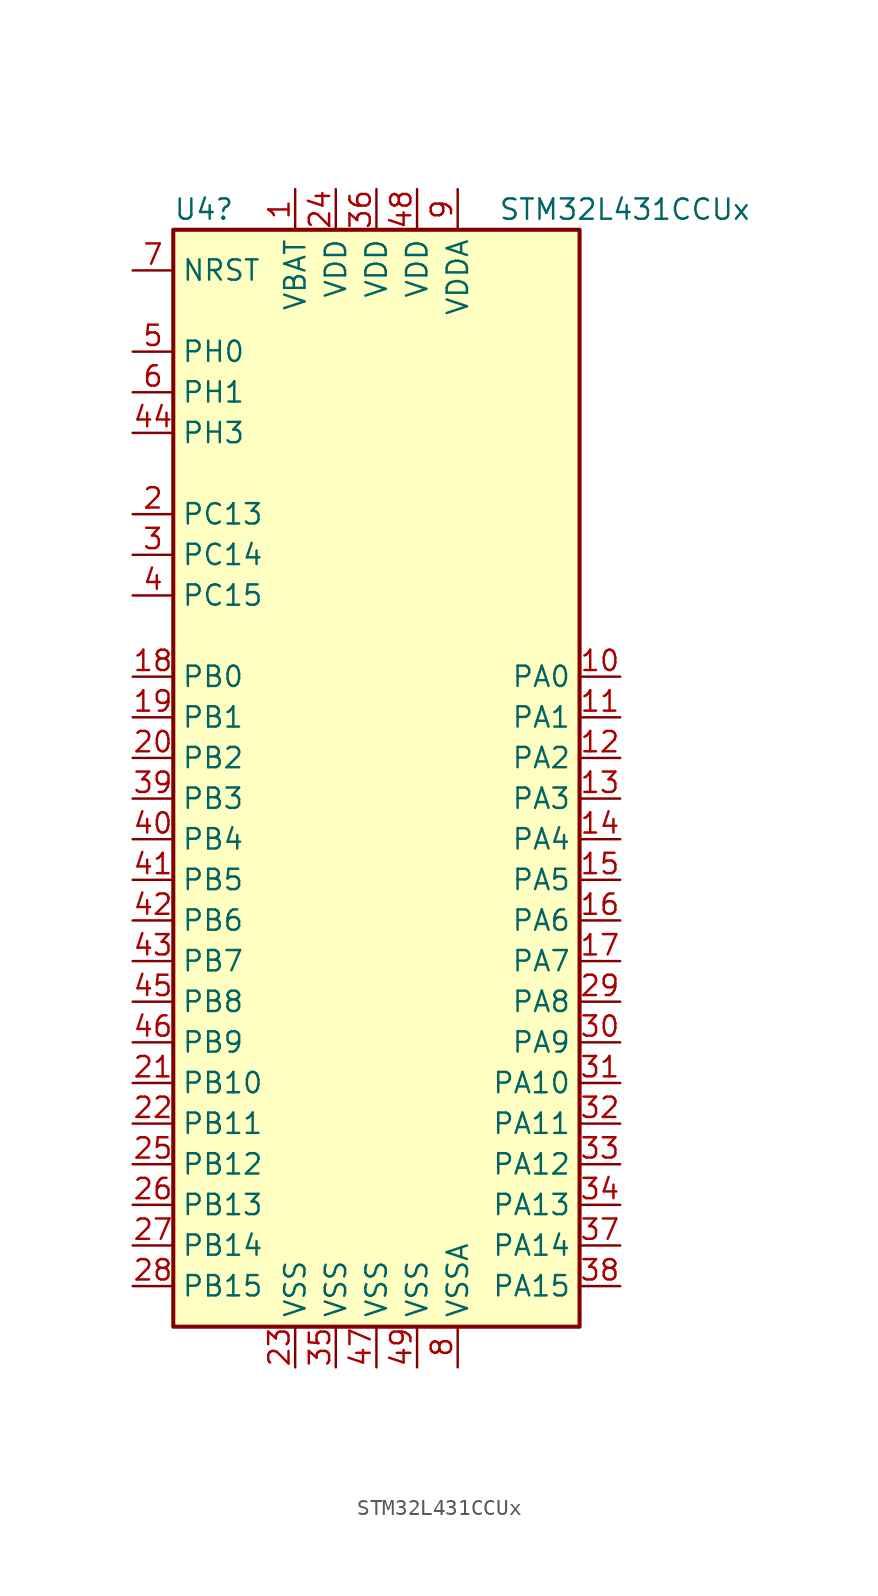
<source format=kicad_sym>
(kicad_symbol_lib
  (version 20220914)
  (generator kicad_symbol_editor)
  (symbol "STM32L431CCUx"
    (property "Reference" "U4"
      (at -12.7 34.29 0)
      (effects (font (size 1.27 1.27)) (justify left)))
    (property "Value" "STM32L431CCUx"
      (at 7.62 34.29 0)
      (effects (font (size 1.27 1.27)) (justify left)))
    (symbol "STM32L431CCUx_0_1"
      (rectangle (start -12.7 -35.56) (end 12.7 33.02) (stroke (width 0.254) (type default)) (fill (type background))))
    (symbol "STM32L431CCUx_1_1"
      (pin power_in line (at -5.08 35.56 270) (length 2.54) (name "VBAT" (effects (font (size 1.27 1.27)))) (number "1" (effects (font (size 1.27 1.27)))))
      (pin bidirectional line (at 15.24 5.08 180) (length 2.54) (name "PA0" (effects (font (size 1.27 1.27)))) (number "10" (effects (font (size 1.27 1.27)))))
      (pin bidirectional line (at 15.24 2.54 180) (length 2.54) (name "PA1" (effects (font (size 1.27 1.27)))) (number "11" (effects (font (size 1.27 1.27)))))
      (pin bidirectional line (at 15.24 0 180) (length 2.54) (name "PA2" (effects (font (size 1.27 1.27)))) (number "12" (effects (font (size 1.27 1.27)))))
      (pin bidirectional line (at 15.24 -2.54 180) (length 2.54) (name "PA3" (effects (font (size 1.27 1.27)))) (number "13" (effects (font (size 1.27 1.27)))))
      (pin bidirectional line (at 15.24 -5.08 180) (length 2.54) (name "PA4" (effects (font (size 1.27 1.27)))) (number "14" (effects (font (size 1.27 1.27)))))
      (pin bidirectional line (at 15.24 -7.62 180) (length 2.54) (name "PA5" (effects (font (size 1.27 1.27)))) (number "15" (effects (font (size 1.27 1.27)))))
      (pin bidirectional line (at 15.24 -10.16 180) (length 2.54) (name "PA6" (effects (font (size 1.27 1.27)))) (number "16" (effects (font (size 1.27 1.27)))))
      (pin bidirectional line (at 15.24 -12.7 180) (length 2.54) (name "PA7" (effects (font (size 1.27 1.27)))) (number "17" (effects (font (size 1.27 1.27)))))
      (pin bidirectional line (at -15.24 5.08 0) (length 2.54) (name "PB0" (effects (font (size 1.27 1.27)))) (number "18" (effects (font (size 1.27 1.27)))))
      (pin bidirectional line (at -15.24 2.54 0) (length 2.54) (name "PB1" (effects (font (size 1.27 1.27)))) (number "19" (effects (font (size 1.27 1.27)))))
      (pin bidirectional line (at -15.24 15.24 0) (length 2.54) (name "PC13" (effects (font (size 1.27 1.27)))) (number "2" (effects (font (size 1.27 1.27)))))
      (pin bidirectional line (at -15.24 0 0) (length 2.54) (name "PB2" (effects (font (size 1.27 1.27)))) (number "20" (effects (font (size 1.27 1.27)))))
      (pin bidirectional line (at -15.24 -20.32 0) (length 2.54) (name "PB10" (effects (font (size 1.27 1.27)))) (number "21" (effects (font (size 1.27 1.27)))))
      (pin bidirectional line (at -15.24 -22.86 0) (length 2.54) (name "PB11" (effects (font (size 1.27 1.27)))) (number "22" (effects (font (size 1.27 1.27)))))
      (pin power_in line (at -5.08 -38.1 90) (length 2.54) (name "VSS" (effects (font (size 1.27 1.27)))) (number "23" (effects (font (size 1.27 1.27)))))
      (pin power_in line (at -2.54 35.56 270) (length 2.54) (name "VDD" (effects (font (size 1.27 1.27)))) (number "24" (effects (font (size 1.27 1.27)))))
      (pin bidirectional line (at -15.24 -25.4 0) (length 2.54) (name "PB12" (effects (font (size 1.27 1.27)))) (number "25" (effects (font (size 1.27 1.27)))))
      (pin bidirectional line (at -15.24 -27.94 0) (length 2.54) (name "PB13" (effects (font (size 1.27 1.27)))) (number "26" (effects (font (size 1.27 1.27)))))
      (pin bidirectional line (at -15.24 -30.48 0) (length 2.54) (name "PB14" (effects (font (size 1.27 1.27)))) (number "27" (effects (font (size 1.27 1.27)))))
      (pin bidirectional line (at -15.24 -33.02 0) (length 2.54) (name "PB15" (effects (font (size 1.27 1.27)))) (number "28" (effects (font (size 1.27 1.27)))))
      (pin bidirectional line (at 15.24 -15.24 180) (length 2.54) (name "PA8" (effects (font (size 1.27 1.27)))) (number "29" (effects (font (size 1.27 1.27)))))
      (pin bidirectional line (at -15.24 12.7 0) (length 2.54) (name "PC14" (effects (font (size 1.27 1.27)))) (number "3" (effects (font (size 1.27 1.27)))))
      (pin bidirectional line (at 15.24 -17.78 180) (length 2.54) (name "PA9" (effects (font (size 1.27 1.27)))) (number "30" (effects (font (size 1.27 1.27)))))
      (pin bidirectional line (at 15.24 -20.32 180) (length 2.54) (name "PA10" (effects (font (size 1.27 1.27)))) (number "31" (effects (font (size 1.27 1.27)))))
      (pin bidirectional line (at 15.24 -22.86 180) (length 2.54) (name "PA11" (effects (font (size 1.27 1.27)))) (number "32" (effects (font (size 1.27 1.27)))))
      (pin bidirectional line (at 15.24 -25.4 180) (length 2.54) (name "PA12" (effects (font (size 1.27 1.27)))) (number "33" (effects (font (size 1.27 1.27)))))
      (pin bidirectional line (at 15.24 -27.94 180) (length 2.54) (name "PA13" (effects (font (size 1.27 1.27)))) (number "34" (effects (font (size 1.27 1.27)))))
      (pin power_in line (at -2.54 -38.1 90) (length 2.54) (name "VSS" (effects (font (size 1.27 1.27)))) (number "35" (effects (font (size 1.27 1.27)))))
      (pin power_in line (at 0 35.56 270) (length 2.54) (name "VDD" (effects (font (size 1.27 1.27)))) (number "36" (effects (font (size 1.27 1.27)))))
      (pin bidirectional line (at 15.24 -30.48 180) (length 2.54) (name "PA14" (effects (font (size 1.27 1.27)))) (number "37" (effects (font (size 1.27 1.27)))))
      (pin bidirectional line (at 15.24 -33.02 180) (length 2.54) (name "PA15" (effects (font (size 1.27 1.27)))) (number "38" (effects (font (size 1.27 1.27)))))
      (pin bidirectional line (at -15.24 -2.54 0) (length 2.54) (name "PB3" (effects (font (size 1.27 1.27)))) (number "39" (effects (font (size 1.27 1.27)))))
      (pin bidirectional line (at -15.24 10.16 0) (length 2.54) (name "PC15" (effects (font (size 1.27 1.27)))) (number "4" (effects (font (size 1.27 1.27)))))
      (pin bidirectional line (at -15.24 -5.08 0) (length 2.54) (name "PB4" (effects (font (size 1.27 1.27)))) (number "40" (effects (font (size 1.27 1.27)))))
      (pin bidirectional line (at -15.24 -7.62 0) (length 2.54) (name "PB5" (effects (font (size 1.27 1.27)))) (number "41" (effects (font (size 1.27 1.27)))))
      (pin bidirectional line (at -15.24 -10.16 0) (length 2.54) (name "PB6" (effects (font (size 1.27 1.27)))) (number "42" (effects (font (size 1.27 1.27)))))
      (pin bidirectional line (at -15.24 -12.7 0) (length 2.54) (name "PB7" (effects (font (size 1.27 1.27)))) (number "43" (effects (font (size 1.27 1.27)))))
      (pin bidirectional line (at -15.24 20.32 0) (length 2.54) (name "PH3" (effects (font (size 1.27 1.27)))) (number "44" (effects (font (size 1.27 1.27)))))
      (pin bidirectional line (at -15.24 -15.24 0) (length 2.54) (name "PB8" (effects (font (size 1.27 1.27)))) (number "45" (effects (font (size 1.27 1.27)))))
      (pin bidirectional line (at -15.24 -17.78 0) (length 2.54) (name "PB9" (effects (font (size 1.27 1.27)))) (number "46" (effects (font (size 1.27 1.27)))))
      (pin power_in line (at 0 -38.1 90) (length 2.54) (name "VSS" (effects (font (size 1.27 1.27)))) (number "47" (effects (font (size 1.27 1.27)))))
      (pin power_in line (at 2.54 35.56 270) (length 2.54) (name "VDD" (effects (font (size 1.27 1.27)))) (number "48" (effects (font (size 1.27 1.27)))))
      (pin power_in line (at 2.54 -38.1 90) (length 2.54) (name "VSS" (effects (font (size 1.27 1.27)))) (number "49" (effects (font (size 1.27 1.27)))))
      (pin input line (at -15.24 25.4 0) (length 2.54) (name "PH0" (effects (font (size 1.27 1.27)))) (number "5" (effects (font (size 1.27 1.27)))))
      (pin input line (at -15.24 22.86 0) (length 2.54) (name "PH1" (effects (font (size 1.27 1.27)))) (number "6" (effects (font (size 1.27 1.27)))))
      (pin input line (at -15.24 30.48 0) (length 2.54) (name "NRST" (effects (font (size 1.27 1.27)))) (number "7" (effects (font (size 1.27 1.27)))))
      (pin power_in line (at 5.08 -38.1 90) (length 2.54) (name "VSSA" (effects (font (size 1.27 1.27)))) (number "8" (effects (font (size 1.27 1.27)))))
      (pin power_in line (at 5.08 35.56 270) (length 2.54) (name "VDDA" (effects (font (size 1.27 1.27)))) (number "9" (effects (font (size 1.27 1.27))))))))
</source>
